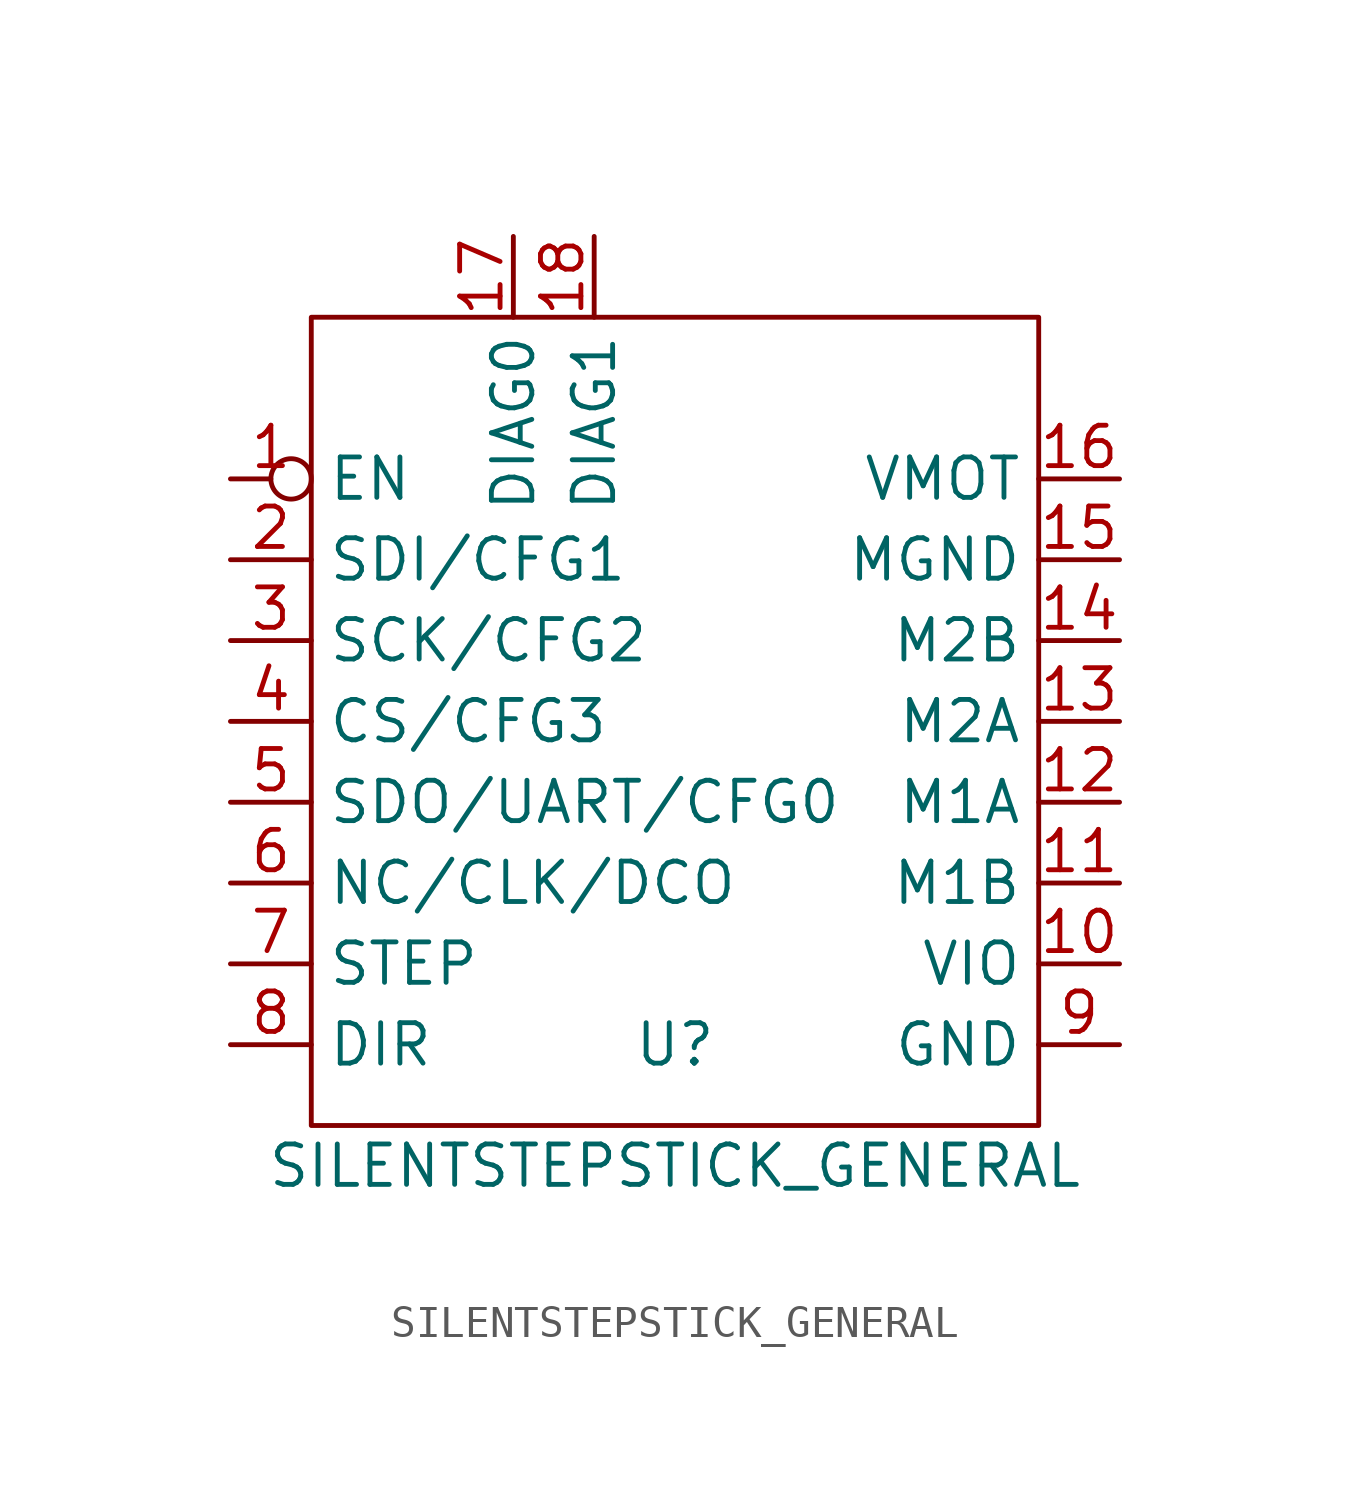
<source format=kicad_sym>
(kicad_symbol_lib
  (version 20211014)
  (generator kicad_symbol_editor)
  (symbol "SILENTSTEPSTICK_GENERAL"
    (property "Reference" "U"
      (at 0 -10.16 0)
      (effects (font (size 1.27 1.27))))
    (property "Value" "SILENTSTEPSTICK_GENERAL"
      (at 0 -13.97 0)
      (effects (font (size 1.27 1.27))))
    (symbol "SILENTSTEPSTICK_GENERAL_0_1"
      (rectangle (start -11.43 12.7) (end 11.43 -12.7) (stroke (width 0) (type default) (color 0 0 0 0)) (fill (type none))))
    (symbol "SILENTSTEPSTICK_GENERAL_1_1"
      (pin input inverted (at -13.97 7.62 0) (length 2.54) (name "EN" (effects (font (size 1.27 1.27)))) (number "1" (effects (font (size 1.27 1.27)))))
      (pin power_in line (at 13.97 -7.62 180) (length 2.54) (name "VIO" (effects (font (size 1.27 1.27)))) (number "10" (effects (font (size 1.27 1.27)))))
      (pin output line (at 13.97 -5.08 180) (length 2.54) (name "M1B" (effects (font (size 1.27 1.27)))) (number "11" (effects (font (size 1.27 1.27)))))
      (pin output line (at 13.97 -2.54 180) (length 2.54) (name "M1A" (effects (font (size 1.27 1.27)))) (number "12" (effects (font (size 1.27 1.27)))))
      (pin output line (at 13.97 0 180) (length 2.54) (name "M2A" (effects (font (size 1.27 1.27)))) (number "13" (effects (font (size 1.27 1.27)))))
      (pin output line (at 13.97 2.54 180) (length 2.54) (name "M2B" (effects (font (size 1.27 1.27)))) (number "14" (effects (font (size 1.27 1.27)))))
      (pin power_out line (at 13.97 5.08 180) (length 2.54) (name "MGND" (effects (font (size 1.27 1.27)))) (number "15" (effects (font (size 1.27 1.27)))))
      (pin power_in line (at 13.97 7.62 180) (length 2.54) (name "VMOT" (effects (font (size 1.27 1.27)))) (number "16" (effects (font (size 1.27 1.27)))))
      (pin output line (at -5.08 15.24 270) (length 2.54) (name "DIAG0" (effects (font (size 1.27 1.27)))) (number "17" (effects (font (size 1.27 1.27)))))
      (pin output line (at -2.54 15.24 270) (length 2.54) (name "DIAG1" (effects (font (size 1.27 1.27)))) (number "18" (effects (font (size 1.27 1.27)))))
      (pin input line (at -13.97 5.08 0) (length 2.54) (name "SDI/CFG1" (effects (font (size 1.27 1.27)))) (number "2" (effects (font (size 1.27 1.27)))))
      (pin input line (at -13.97 2.54 0) (length 2.54) (name "SCK/CFG2" (effects (font (size 1.27 1.27)))) (number "3" (effects (font (size 1.27 1.27)))))
      (pin input line (at -13.97 0 0) (length 2.54) (name "CS/CFG3" (effects (font (size 1.27 1.27)))) (number "4" (effects (font (size 1.27 1.27)))))
      (pin output line (at -13.97 -2.54 0) (length 2.54) (name "SDO/UART/CFG0" (effects (font (size 1.27 1.27)))) (number "5" (effects (font (size 1.27 1.27)))))
      (pin output line (at -13.97 -5.08 0) (length 2.54) (name "NC/CLK/DCO" (effects (font (size 1.27 1.27)))) (number "6" (effects (font (size 1.27 1.27)))))
      (pin input line (at -13.97 -7.62 0) (length 2.54) (name "STEP" (effects (font (size 1.27 1.27)))) (number "7" (effects (font (size 1.27 1.27)))))
      (pin input line (at -13.97 -10.16 0) (length 2.54) (name "DIR" (effects (font (size 1.27 1.27)))) (number "8" (effects (font (size 1.27 1.27)))))
      (pin power_out line (at 13.97 -10.16 180) (length 2.54) (name "GND" (effects (font (size 1.27 1.27)))) (number "9" (effects (font (size 1.27 1.27))))))))
</source>
